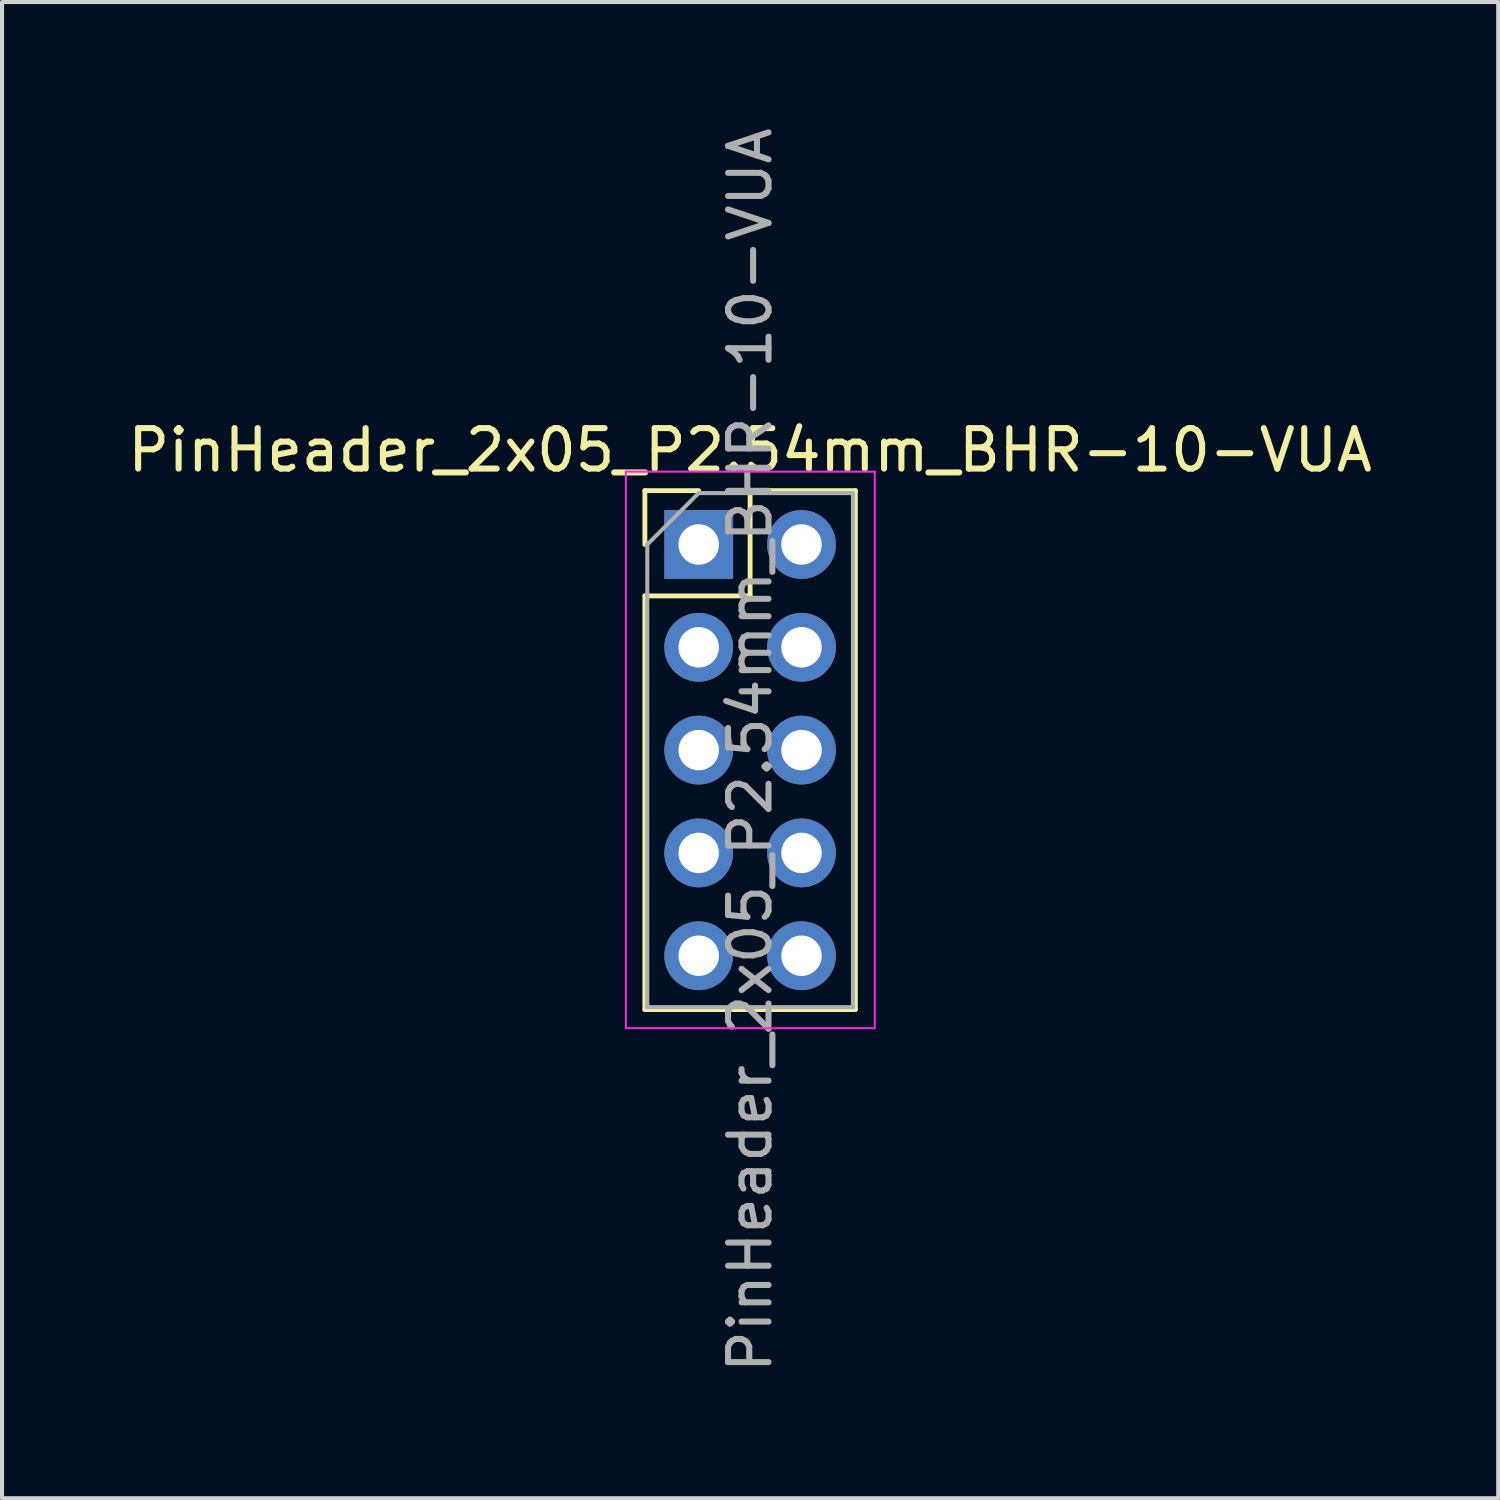
<source format=kicad_pcb>
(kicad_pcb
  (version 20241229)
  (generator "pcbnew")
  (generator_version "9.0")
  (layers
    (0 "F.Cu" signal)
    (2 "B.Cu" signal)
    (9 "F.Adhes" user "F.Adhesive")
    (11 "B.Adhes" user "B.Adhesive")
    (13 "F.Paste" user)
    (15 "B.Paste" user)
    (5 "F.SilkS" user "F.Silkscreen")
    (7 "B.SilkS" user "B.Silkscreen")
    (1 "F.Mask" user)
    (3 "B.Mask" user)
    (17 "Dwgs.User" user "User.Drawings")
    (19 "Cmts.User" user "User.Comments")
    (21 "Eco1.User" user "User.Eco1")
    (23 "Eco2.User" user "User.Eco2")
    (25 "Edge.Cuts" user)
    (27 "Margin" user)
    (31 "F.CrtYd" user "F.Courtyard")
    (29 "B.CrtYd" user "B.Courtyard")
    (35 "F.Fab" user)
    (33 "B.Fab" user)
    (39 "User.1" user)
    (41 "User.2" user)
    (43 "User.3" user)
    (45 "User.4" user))
  (footprint "PinHeader_2x05_P2.54mm_BHR-10-VUA"
    (layer "F.Cu")
    (at 14.212 10.402)
    (property "Reference" "PinHeader_2x05_P2.54mm_BHR-10-VUA" (at 1.27 -2.33 0) (layer "F.SilkS") (effects (font (size 1 1) (thickness 0.15))))
    (attr through_hole)
    (fp_line (start -1.33 -1.33) (end 0 -1.33) (stroke (width 0.12) (type solid)) (layer "F.SilkS"))
    (fp_line (start -1.33 0) (end -1.33 -1.33) (stroke (width 0.12) (type solid)) (layer "F.SilkS"))
    (fp_line (start -1.33 1.27) (end -1.33 11.49) (stroke (width 0.12) (type solid)) (layer "F.SilkS"))
    (fp_line (start -1.33 1.27) (end 1.27 1.27) (stroke (width 0.12) (type solid)) (layer "F.SilkS"))
    (fp_line (start -1.33 11.49) (end 3.87 11.49) (stroke (width 0.12) (type solid)) (layer "F.SilkS"))
    (fp_line (start 1.27 -1.33) (end 3.87 -1.33) (stroke (width 0.12) (type solid)) (layer "F.SilkS"))
    (fp_line (start 1.27 1.27) (end 1.27 -1.33) (stroke (width 0.12) (type solid)) (layer "F.SilkS"))
    (fp_line (start 3.87 -1.33) (end 3.87 11.49) (stroke (width 0.12) (type solid)) (layer "F.SilkS"))
    (fp_line (start -1.8 -1.8) (end -1.8 11.95) (stroke (width 0.05) (type solid)) (layer "F.CrtYd"))
    (fp_line (start -1.8 11.95) (end 4.35 11.95) (stroke (width 0.05) (type solid)) (layer "F.CrtYd"))
    (fp_line (start 4.35 -1.8) (end -1.8 -1.8) (stroke (width 0.05) (type solid)) (layer "F.CrtYd"))
    (fp_line (start 4.35 11.95) (end 4.35 -1.8) (stroke (width 0.05) (type solid)) (layer "F.CrtYd"))
    (fp_line (start -1.27 0) (end 0 -1.27) (stroke (width 0.1) (type solid)) (layer "F.Fab"))
    (fp_line (start -1.27 11.43) (end -1.27 0) (stroke (width 0.1) (type solid)) (layer "F.Fab"))
    (fp_line (start 0 -1.27) (end 3.81 -1.27) (stroke (width 0.1) (type solid)) (layer "F.Fab"))
    (fp_line (start 3.81 -1.27) (end 3.81 11.43) (stroke (width 0.1) (type solid)) (layer "F.Fab"))
    (fp_line (start 3.81 11.43) (end -1.27 11.43) (stroke (width 0.1) (type solid)) (layer "F.Fab"))
    (fp_text user "${REFERENCE}" (at 1.27 5.08 90) (layer "F.Fab") (effects (font (size 1 1) (thickness 0.15))))
    (pad "1" thru_hole rect (at 0 0) (size 1.7 1.7) (drill 1) (layers "*.Cu" "*.Mask"))
    (pad "2" thru_hole oval (at 2.54 0) (size 1.7 1.7) (drill 1) (layers "*.Cu" "*.Mask"))
    (pad "3" thru_hole oval (at 0 2.54) (size 1.7 1.7) (drill 1) (layers "*.Cu" "*.Mask"))
    (pad "4" thru_hole oval (at 2.54 2.54) (size 1.7 1.7) (drill 1) (layers "*.Cu" "*.Mask"))
    (pad "5" thru_hole oval (at 0 5.08) (size 1.7 1.7) (drill 1) (layers "*.Cu" "*.Mask"))
    (pad "6" thru_hole oval (at 2.54 5.08) (size 1.7 1.7) (drill 1) (layers "*.Cu" "*.Mask"))
    (pad "7" thru_hole oval (at 0 7.62) (size 1.7 1.7) (drill 1) (layers "*.Cu" "*.Mask"))
    (pad "8" thru_hole oval (at 2.54 7.62) (size 1.7 1.7) (drill 1) (layers "*.Cu" "*.Mask"))
    (pad "9" thru_hole oval (at 0 10.16) (size 1.7 1.7) (drill 1) (layers "*.Cu" "*.Mask"))
    (pad "10" thru_hole oval (at 2.54 10.16) (size 1.7 1.7) (drill 1) (layers "*.Cu" "*.Mask")))
  (gr_rect
    (start -3 -3)
    (end 33.964 33.964)
    (stroke (width 0.1) (type default))
    (fill no)
    (layer "Edge.Cuts")))
</source>
